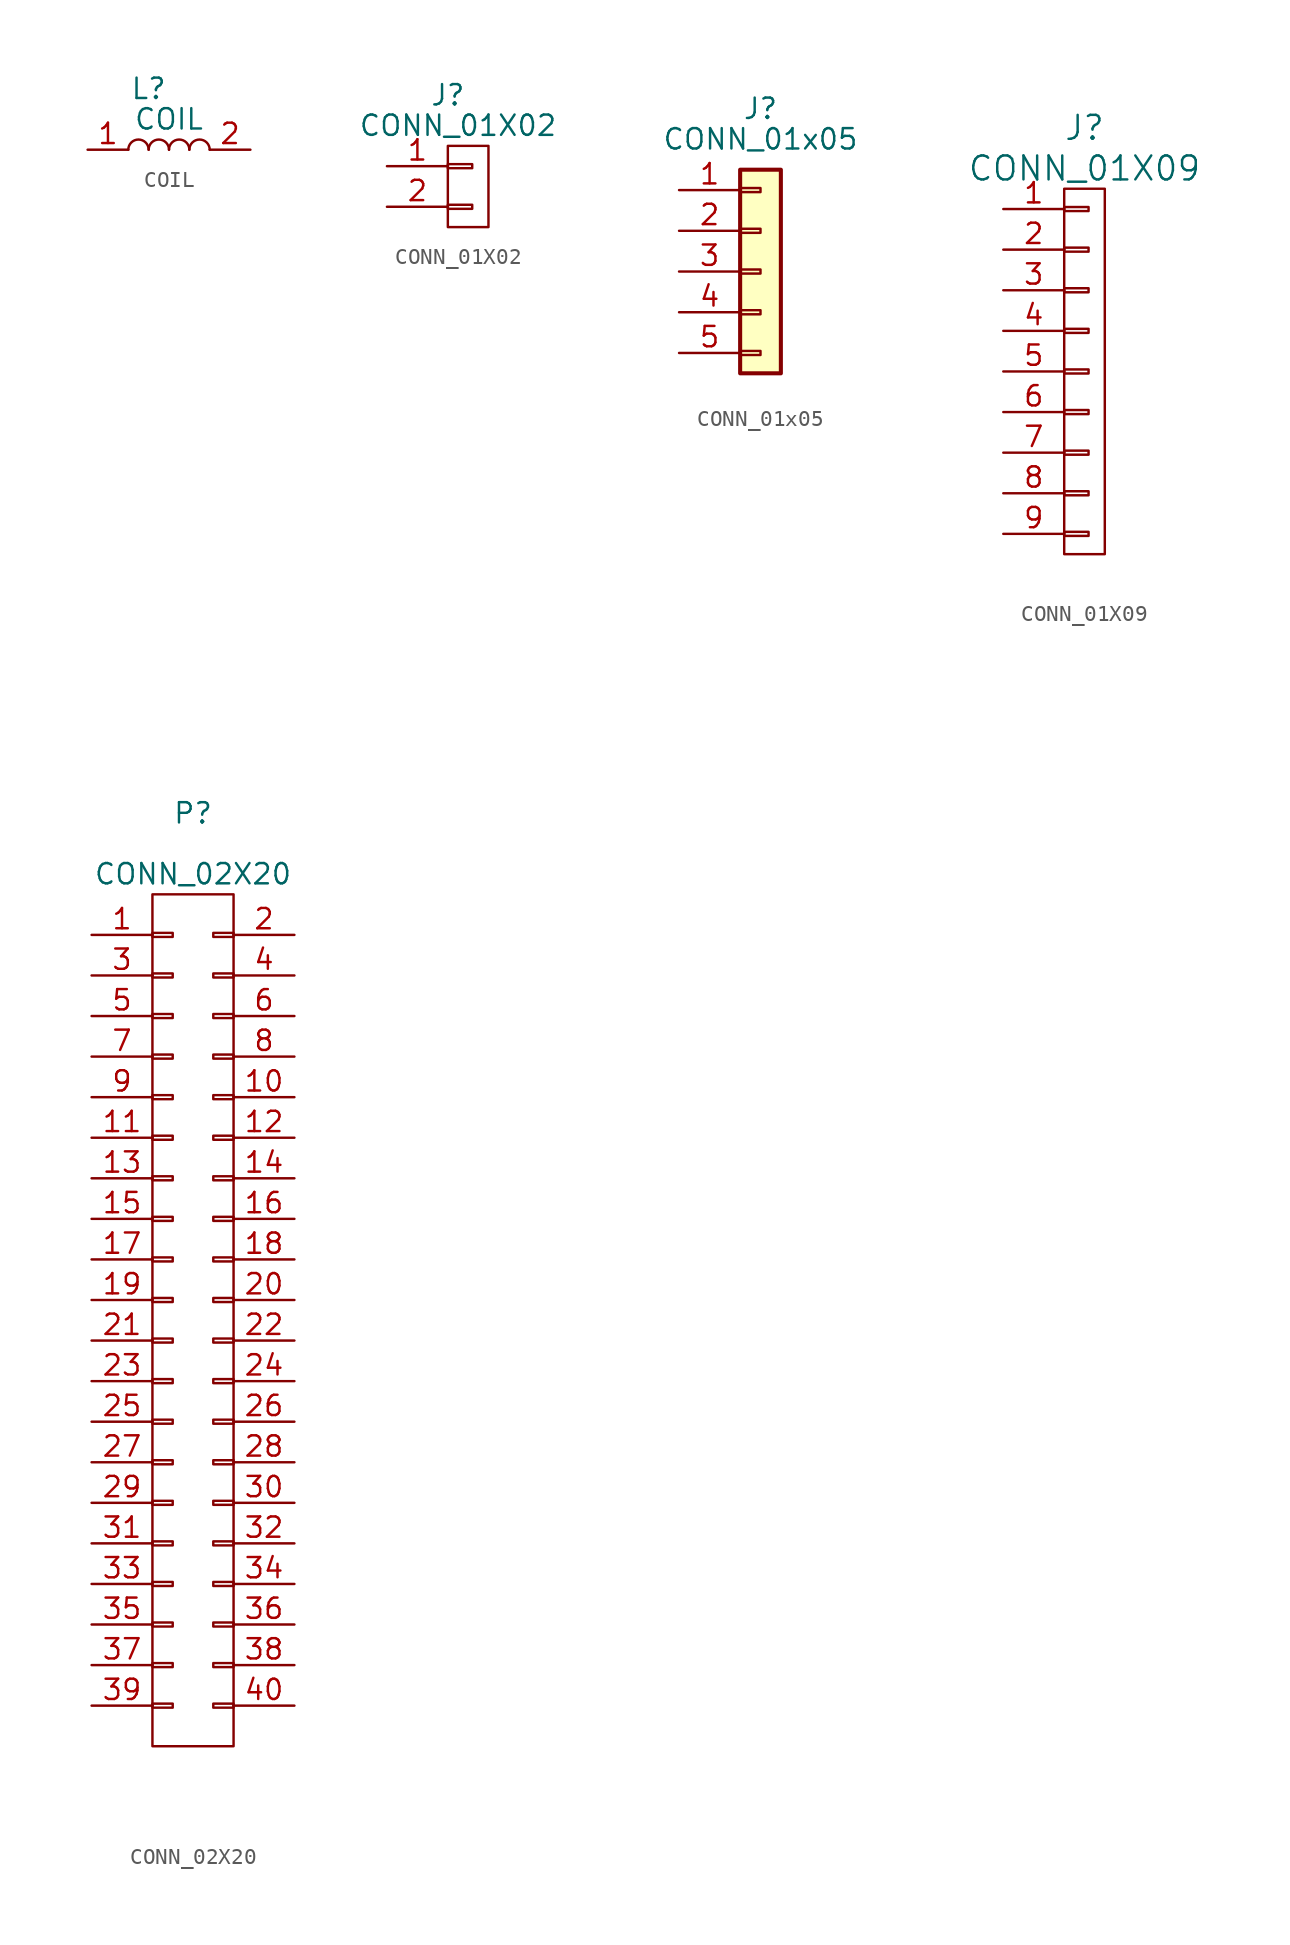
<source format=kicad_sym>
(kicad_symbol_lib
  (version 20231120)
  (generator "kicad_symbol_editor")
  (generator_version "8.0")
  (symbol "COIL"
    (pin_names
      (offset 1.016))
    (property "Reference" "L"
      (at -1.27 3.81 0)
      (effects (font (size 1.27 1.27))))
    (property "Value" "COIL"
      (at 0 1.905 0)
      (effects (font (size 1.27 1.27))))
    (symbol "COIL_1_1"
      (arc (start -1.27 0) (mid -1.905 0.6323) (end -2.54 0) (stroke (width 0) (type solid)) (fill (type none)))
      (arc (start 0 0) (mid -0.635 0.6323) (end -1.27 0) (stroke (width 0) (type solid)) (fill (type none)))
      (arc (start 1.27 0) (mid 0.635 0.6323) (end 0 0) (stroke (width 0) (type solid)) (fill (type none)))
      (arc (start 2.54 0) (mid 1.905 0.6323) (end 1.27 0) (stroke (width 0) (type solid)) (fill (type none)))
      (pin input line (at -5.08 0 0) (length 2.54) (name "~" (effects (font (size 1.27 1.27)))) (number "1" (effects (font (size 1.27 1.27)))))
      (pin input line (at 5.08 0 180) (length 2.54) (name "~" (effects (font (size 1.27 1.27)))) (number "2" (effects (font (size 1.27 1.27)))))))
  (symbol "CONN_01X02"
    (pin_names
      (offset 1.016) hide)
    (property "Reference" "J"
      (at -1.27 5.715 0)
      (effects (font (size 1.27 1.27))))
    (property "Value" "CONN_01X02"
      (at -0.635 3.81 0)
      (effects (font (size 1.27 1.27))))
    (symbol "CONN_01X02_1_1"
      (rectangle (start -1.27 -1.143) (end 0.254 -1.397) (stroke (width 0) (type default)) (fill (type none)))
      (rectangle (start -1.27 1.397) (end 0.254 1.143) (stroke (width 0) (type default)) (fill (type none)))
      (rectangle (start -1.27 2.54) (end 1.27 -2.54) (stroke (width 0) (type default)) (fill (type none)))
      (pin passive line (at -5.08 1.27 0) (length 3.81) (name "P1" (effects (font (size 1.27 1.27)))) (number "1" (effects (font (size 1.27 1.27)))))
      (pin passive line (at -5.08 -1.27 0) (length 3.81) (name "P2" (effects (font (size 1.27 1.27)))) (number "2" (effects (font (size 1.27 1.27)))))))
  (symbol "CONN_01x05"
    (pin_names
      (offset 1.016))
    (property "Reference" "J"
      (at 0 10.16 0)
      (effects (font (size 1.27 1.27))))
    (property "Value" "CONN_01x05"
      (at 0 8.255 0)
      (effects (font (size 1.27 1.27))))
    (symbol "CONN_01x05_1_1"
      (rectangle (start -1.27 -4.953) (end 0 -5.207) (stroke (width 0.152) (type default)) (fill (type none)))
      (rectangle (start -1.27 -2.413) (end 0 -2.667) (stroke (width 0.152) (type default)) (fill (type none)))
      (rectangle (start -1.27 0.127) (end 0 -0.127) (stroke (width 0.152) (type default)) (fill (type none)))
      (rectangle (start -1.27 2.667) (end 0 2.413) (stroke (width 0.152) (type default)) (fill (type none)))
      (rectangle (start -1.27 5.207) (end 0 4.953) (stroke (width 0.152) (type default)) (fill (type none)))
      (rectangle (start -1.27 6.35) (end 1.27 -6.35) (stroke (width 0.254) (type default)) (fill (type background)))
      (pin passive line (at -5.08 5.08 0) (length 3.81) (name "~" (effects (font (size 1.27 1.27)))) (number "1" (effects (font (size 1.27 1.27)))))
      (pin passive line (at -5.08 2.54 0) (length 3.81) (name "~" (effects (font (size 1.27 1.27)))) (number "2" (effects (font (size 1.27 1.27)))))
      (pin passive line (at -5.08 0 0) (length 3.81) (name "~" (effects (font (size 1.27 1.27)))) (number "3" (effects (font (size 1.27 1.27)))))
      (pin passive line (at -5.08 -2.54 0) (length 3.81) (name "~" (effects (font (size 1.27 1.27)))) (number "4" (effects (font (size 1.27 1.27)))))
      (pin passive line (at -5.08 -5.08 0) (length 3.81) (name "~" (effects (font (size 1.27 1.27)))) (number "5" (effects (font (size 1.27 1.27)))))))
  (symbol "CONN_01X09"
    (pin_names
      (offset 1.016))
    (property "Reference" "J"
      (at 0 15.24 0)
      (effects (font (size 1.499 1.499))))
    (property "Value" "CONN_01X09"
      (at 0 12.7 0)
      (effects (font (size 1.499 1.499))))
    (symbol "CONN_01X09_1_1"
      (rectangle (start -1.27 -11.43) (end 1.27 11.43) (stroke (width 0) (type default)) (fill (type none)))
      (rectangle (start -1.27 -10.033) (end 0.254 -10.287) (stroke (width 0) (type default)) (fill (type none)))
      (rectangle (start -1.27 -7.493) (end 0.254 -7.747) (stroke (width 0) (type default)) (fill (type none)))
      (rectangle (start -1.27 -4.953) (end 0.254 -5.207) (stroke (width 0) (type default)) (fill (type none)))
      (rectangle (start -1.27 -2.413) (end 0.254 -2.667) (stroke (width 0) (type default)) (fill (type none)))
      (rectangle (start -1.27 0.127) (end 0.254 -0.127) (stroke (width 0) (type default)) (fill (type none)))
      (rectangle (start -1.27 2.667) (end 0.254 2.413) (stroke (width 0) (type default)) (fill (type none)))
      (rectangle (start -1.27 5.207) (end 0.254 4.953) (stroke (width 0) (type default)) (fill (type none)))
      (rectangle (start -1.27 7.747) (end 0.254 7.493) (stroke (width 0) (type default)) (fill (type none)))
      (rectangle (start -1.27 10.287) (end 0.254 10.033) (stroke (width 0) (type default)) (fill (type none)))
      (pin passive line (at -5.08 10.16 0) (length 3.81) (name "~" (effects (font (size 1.27 1.27)))) (number "1" (effects (font (size 1.27 1.27)))))
      (pin passive line (at -5.08 7.62 0) (length 3.81) (name "~" (effects (font (size 1.27 1.27)))) (number "2" (effects (font (size 1.27 1.27)))))
      (pin passive line (at -5.08 5.08 0) (length 3.81) (name "~" (effects (font (size 1.27 1.27)))) (number "3" (effects (font (size 1.27 1.27)))))
      (pin passive line (at -5.08 2.54 0) (length 3.81) (name "~" (effects (font (size 1.27 1.27)))) (number "4" (effects (font (size 1.27 1.27)))))
      (pin passive line (at -5.08 0 0) (length 3.81) (name "~" (effects (font (size 1.27 1.27)))) (number "5" (effects (font (size 1.27 1.27)))))
      (pin passive line (at -5.08 -2.54 0) (length 3.81) (name "~" (effects (font (size 1.27 1.27)))) (number "6" (effects (font (size 1.27 1.27)))))
      (pin passive line (at -5.08 -5.08 0) (length 3.81) (name "~" (effects (font (size 1.27 1.27)))) (number "7" (effects (font (size 1.27 1.27)))))
      (pin passive line (at -5.08 -7.62 0) (length 3.81) (name "~" (effects (font (size 1.27 1.27)))) (number "8" (effects (font (size 1.27 1.27)))))
      (pin passive line (at -5.08 -10.16 0) (length 3.81) (name "~" (effects (font (size 1.27 1.27)))) (number "9" (effects (font (size 1.27 1.27)))))))
  (symbol "CONN_02X20"
    (pin_names
      (offset 1.016))
    (property "Reference" "P"
      (at 0 31.75 0)
      (effects (font (size 1.27 1.27))))
    (property "Value" "CONN_02X20"
      (at 0 27.94 0)
      (effects (font (size 1.27 1.27))))
    (symbol "CONN_02X20_1_1"
      (rectangle (start -2.54 -24.003) (end -1.27 -24.257) (stroke (width 0) (type default)) (fill (type none)))
      (rectangle (start -2.54 -21.463) (end -1.27 -21.717) (stroke (width 0) (type default)) (fill (type none)))
      (rectangle (start -2.54 -18.923) (end -1.27 -19.177) (stroke (width 0) (type default)) (fill (type none)))
      (rectangle (start -2.54 -16.383) (end -1.27 -16.637) (stroke (width 0) (type default)) (fill (type none)))
      (rectangle (start -2.54 -13.843) (end -1.27 -14.097) (stroke (width 0) (type default)) (fill (type none)))
      (rectangle (start -2.54 -11.303) (end -1.27 -11.557) (stroke (width 0) (type default)) (fill (type none)))
      (rectangle (start -2.54 -8.763) (end -1.27 -9.017) (stroke (width 0) (type default)) (fill (type none)))
      (rectangle (start -2.54 -6.223) (end -1.27 -6.477) (stroke (width 0) (type default)) (fill (type none)))
      (rectangle (start -2.54 -3.683) (end -1.27 -3.937) (stroke (width 0) (type default)) (fill (type none)))
      (rectangle (start -2.54 -1.143) (end -1.27 -1.397) (stroke (width 0) (type default)) (fill (type none)))
      (rectangle (start -2.54 1.397) (end -1.27 1.143) (stroke (width 0) (type default)) (fill (type none)))
      (rectangle (start -2.54 3.937) (end -1.27 3.683) (stroke (width 0) (type default)) (fill (type none)))
      (rectangle (start -2.54 6.477) (end -1.27 6.223) (stroke (width 0) (type default)) (fill (type none)))
      (rectangle (start -2.54 9.017) (end -1.27 8.763) (stroke (width 0) (type default)) (fill (type none)))
      (rectangle (start -2.54 11.557) (end -1.27 11.303) (stroke (width 0) (type default)) (fill (type none)))
      (rectangle (start -2.54 14.097) (end -1.27 13.843) (stroke (width 0) (type default)) (fill (type none)))
      (rectangle (start -2.54 16.637) (end -1.27 16.383) (stroke (width 0) (type default)) (fill (type none)))
      (rectangle (start -2.54 19.177) (end -1.27 18.923) (stroke (width 0) (type default)) (fill (type none)))
      (rectangle (start -2.54 21.717) (end -1.27 21.463) (stroke (width 0) (type default)) (fill (type none)))
      (rectangle (start -2.54 24.257) (end -1.27 24.003) (stroke (width 0) (type default)) (fill (type none)))
      (rectangle (start -2.54 26.67) (end 2.54 -26.67) (stroke (width 0) (type default)) (fill (type none)))
      (rectangle (start 1.27 14.097) (end 2.54 13.843) (stroke (width 0) (type default)) (fill (type none)))
      (rectangle (start 1.27 16.637) (end 2.54 16.383) (stroke (width 0) (type default)) (fill (type none)))
      (rectangle (start 1.27 19.177) (end 2.54 18.923) (stroke (width 0) (type default)) (fill (type none)))
      (rectangle (start 1.27 21.717) (end 2.54 21.463) (stroke (width 0) (type default)) (fill (type none)))
      (rectangle (start 1.27 24.257) (end 2.54 24.003) (stroke (width 0) (type default)) (fill (type none)))
      (rectangle (start 2.54 -24.257) (end 1.27 -24.003) (stroke (width 0) (type default)) (fill (type none)))
      (rectangle (start 2.54 -21.717) (end 1.27 -21.463) (stroke (width 0) (type default)) (fill (type none)))
      (rectangle (start 2.54 -19.177) (end 1.27 -18.923) (stroke (width 0) (type default)) (fill (type none)))
      (rectangle (start 2.54 -16.637) (end 1.27 -16.383) (stroke (width 0) (type default)) (fill (type none)))
      (rectangle (start 2.54 -14.097) (end 1.27 -13.843) (stroke (width 0) (type default)) (fill (type none)))
      (rectangle (start 2.54 -11.557) (end 1.27 -11.303) (stroke (width 0) (type default)) (fill (type none)))
      (rectangle (start 2.54 -9.017) (end 1.27 -8.763) (stroke (width 0) (type default)) (fill (type none)))
      (rectangle (start 2.54 -6.477) (end 1.27 -6.223) (stroke (width 0) (type default)) (fill (type none)))
      (rectangle (start 2.54 -3.937) (end 1.27 -3.683) (stroke (width 0) (type default)) (fill (type none)))
      (rectangle (start 2.54 -1.397) (end 1.27 -1.143) (stroke (width 0) (type default)) (fill (type none)))
      (rectangle (start 2.54 1.143) (end 1.27 1.397) (stroke (width 0) (type default)) (fill (type none)))
      (rectangle (start 2.54 3.683) (end 1.27 3.937) (stroke (width 0) (type default)) (fill (type none)))
      (rectangle (start 2.54 6.223) (end 1.27 6.477) (stroke (width 0) (type default)) (fill (type none)))
      (rectangle (start 2.54 8.763) (end 1.27 9.017) (stroke (width 0) (type default)) (fill (type none)))
      (rectangle (start 2.54 11.303) (end 1.27 11.557) (stroke (width 0) (type default)) (fill (type none)))
      (pin passive line (at -6.35 24.13 0) (length 3.81) (name "~" (effects (font (size 1.27 1.27)))) (number "1" (effects (font (size 1.27 1.27)))))
      (pin passive line (at 6.35 13.97 180) (length 3.81) (name "~" (effects (font (size 1.27 1.27)))) (number "10" (effects (font (size 1.27 1.27)))))
      (pin passive line (at -6.35 11.43 0) (length 3.81) (name "~" (effects (font (size 1.27 1.27)))) (number "11" (effects (font (size 1.27 1.27)))))
      (pin passive line (at 6.35 11.43 180) (length 3.81) (name "~" (effects (font (size 1.27 1.27)))) (number "12" (effects (font (size 1.27 1.27)))))
      (pin passive line (at -6.35 8.89 0) (length 3.81) (name "~" (effects (font (size 1.27 1.27)))) (number "13" (effects (font (size 1.27 1.27)))))
      (pin passive line (at 6.35 8.89 180) (length 3.81) (name "~" (effects (font (size 1.27 1.27)))) (number "14" (effects (font (size 1.27 1.27)))))
      (pin passive line (at -6.35 6.35 0) (length 3.81) (name "~" (effects (font (size 1.27 1.27)))) (number "15" (effects (font (size 1.27 1.27)))))
      (pin passive line (at 6.35 6.35 180) (length 3.81) (name "~" (effects (font (size 1.27 1.27)))) (number "16" (effects (font (size 1.27 1.27)))))
      (pin passive line (at -6.35 3.81 0) (length 3.81) (name "~" (effects (font (size 1.27 1.27)))) (number "17" (effects (font (size 1.27 1.27)))))
      (pin passive line (at 6.35 3.81 180) (length 3.81) (name "~" (effects (font (size 1.27 1.27)))) (number "18" (effects (font (size 1.27 1.27)))))
      (pin passive line (at -6.35 1.27 0) (length 3.81) (name "~" (effects (font (size 1.27 1.27)))) (number "19" (effects (font (size 1.27 1.27)))))
      (pin passive line (at 6.35 24.13 180) (length 3.81) (name "~" (effects (font (size 1.27 1.27)))) (number "2" (effects (font (size 1.27 1.27)))))
      (pin passive line (at 6.35 1.27 180) (length 3.81) (name "~" (effects (font (size 1.27 1.27)))) (number "20" (effects (font (size 1.27 1.27)))))
      (pin passive line (at -6.35 -1.27 0) (length 3.81) (name "~" (effects (font (size 1.27 1.27)))) (number "21" (effects (font (size 1.27 1.27)))))
      (pin passive line (at 6.35 -1.27 180) (length 3.81) (name "~" (effects (font (size 1.27 1.27)))) (number "22" (effects (font (size 1.27 1.27)))))
      (pin passive line (at -6.35 -3.81 0) (length 3.81) (name "~" (effects (font (size 1.27 1.27)))) (number "23" (effects (font (size 1.27 1.27)))))
      (pin passive line (at 6.35 -3.81 180) (length 3.81) (name "~" (effects (font (size 1.27 1.27)))) (number "24" (effects (font (size 1.27 1.27)))))
      (pin passive line (at -6.35 -6.35 0) (length 3.81) (name "~" (effects (font (size 1.27 1.27)))) (number "25" (effects (font (size 1.27 1.27)))))
      (pin passive line (at 6.35 -6.35 180) (length 3.81) (name "~" (effects (font (size 1.27 1.27)))) (number "26" (effects (font (size 1.27 1.27)))))
      (pin passive line (at -6.35 -8.89 0) (length 3.81) (name "~" (effects (font (size 1.27 1.27)))) (number "27" (effects (font (size 1.27 1.27)))))
      (pin passive line (at 6.35 -8.89 180) (length 3.81) (name "~" (effects (font (size 1.27 1.27)))) (number "28" (effects (font (size 1.27 1.27)))))
      (pin passive line (at -6.35 -11.43 0) (length 3.81) (name "~" (effects (font (size 1.27 1.27)))) (number "29" (effects (font (size 1.27 1.27)))))
      (pin passive line (at -6.35 21.59 0) (length 3.81) (name "~" (effects (font (size 1.27 1.27)))) (number "3" (effects (font (size 1.27 1.27)))))
      (pin passive line (at 6.35 -11.43 180) (length 3.81) (name "~" (effects (font (size 1.27 1.27)))) (number "30" (effects (font (size 1.27 1.27)))))
      (pin passive line (at -6.35 -13.97 0) (length 3.81) (name "~" (effects (font (size 1.27 1.27)))) (number "31" (effects (font (size 1.27 1.27)))))
      (pin passive line (at 6.35 -13.97 180) (length 3.81) (name "~" (effects (font (size 1.27 1.27)))) (number "32" (effects (font (size 1.27 1.27)))))
      (pin passive line (at -6.35 -16.51 0) (length 3.81) (name "~" (effects (font (size 1.27 1.27)))) (number "33" (effects (font (size 1.27 1.27)))))
      (pin passive line (at 6.35 -16.51 180) (length 3.81) (name "~" (effects (font (size 1.27 1.27)))) (number "34" (effects (font (size 1.27 1.27)))))
      (pin passive line (at -6.35 -19.05 0) (length 3.81) (name "~" (effects (font (size 1.27 1.27)))) (number "35" (effects (font (size 1.27 1.27)))))
      (pin passive line (at 6.35 -19.05 180) (length 3.81) (name "~" (effects (font (size 1.27 1.27)))) (number "36" (effects (font (size 1.27 1.27)))))
      (pin passive line (at -6.35 -21.59 0) (length 3.81) (name "~" (effects (font (size 1.27 1.27)))) (number "37" (effects (font (size 1.27 1.27)))))
      (pin passive line (at 6.35 -21.59 180) (length 3.81) (name "~" (effects (font (size 1.27 1.27)))) (number "38" (effects (font (size 1.27 1.27)))))
      (pin passive line (at -6.35 -24.13 0) (length 3.81) (name "~" (effects (font (size 1.27 1.27)))) (number "39" (effects (font (size 1.27 1.27)))))
      (pin passive line (at 6.35 21.59 180) (length 3.81) (name "~" (effects (font (size 1.27 1.27)))) (number "4" (effects (font (size 1.27 1.27)))))
      (pin passive line (at 6.35 -24.13 180) (length 3.81) (name "~" (effects (font (size 1.27 1.27)))) (number "40" (effects (font (size 1.27 1.27)))))
      (pin passive line (at -6.35 19.05 0) (length 3.81) (name "~" (effects (font (size 1.27 1.27)))) (number "5" (effects (font (size 1.27 1.27)))))
      (pin passive line (at 6.35 19.05 180) (length 3.81) (name "~" (effects (font (size 1.27 1.27)))) (number "6" (effects (font (size 1.27 1.27)))))
      (pin passive line (at -6.35 16.51 0) (length 3.81) (name "~" (effects (font (size 1.27 1.27)))) (number "7" (effects (font (size 1.27 1.27)))))
      (pin passive line (at 6.35 16.51 180) (length 3.81) (name "~" (effects (font (size 1.27 1.27)))) (number "8" (effects (font (size 1.27 1.27)))))
      (pin passive line (at -6.35 13.97 0) (length 3.81) (name "~" (effects (font (size 1.27 1.27)))) (number "9" (effects (font (size 1.27 1.27))))))))
</source>
